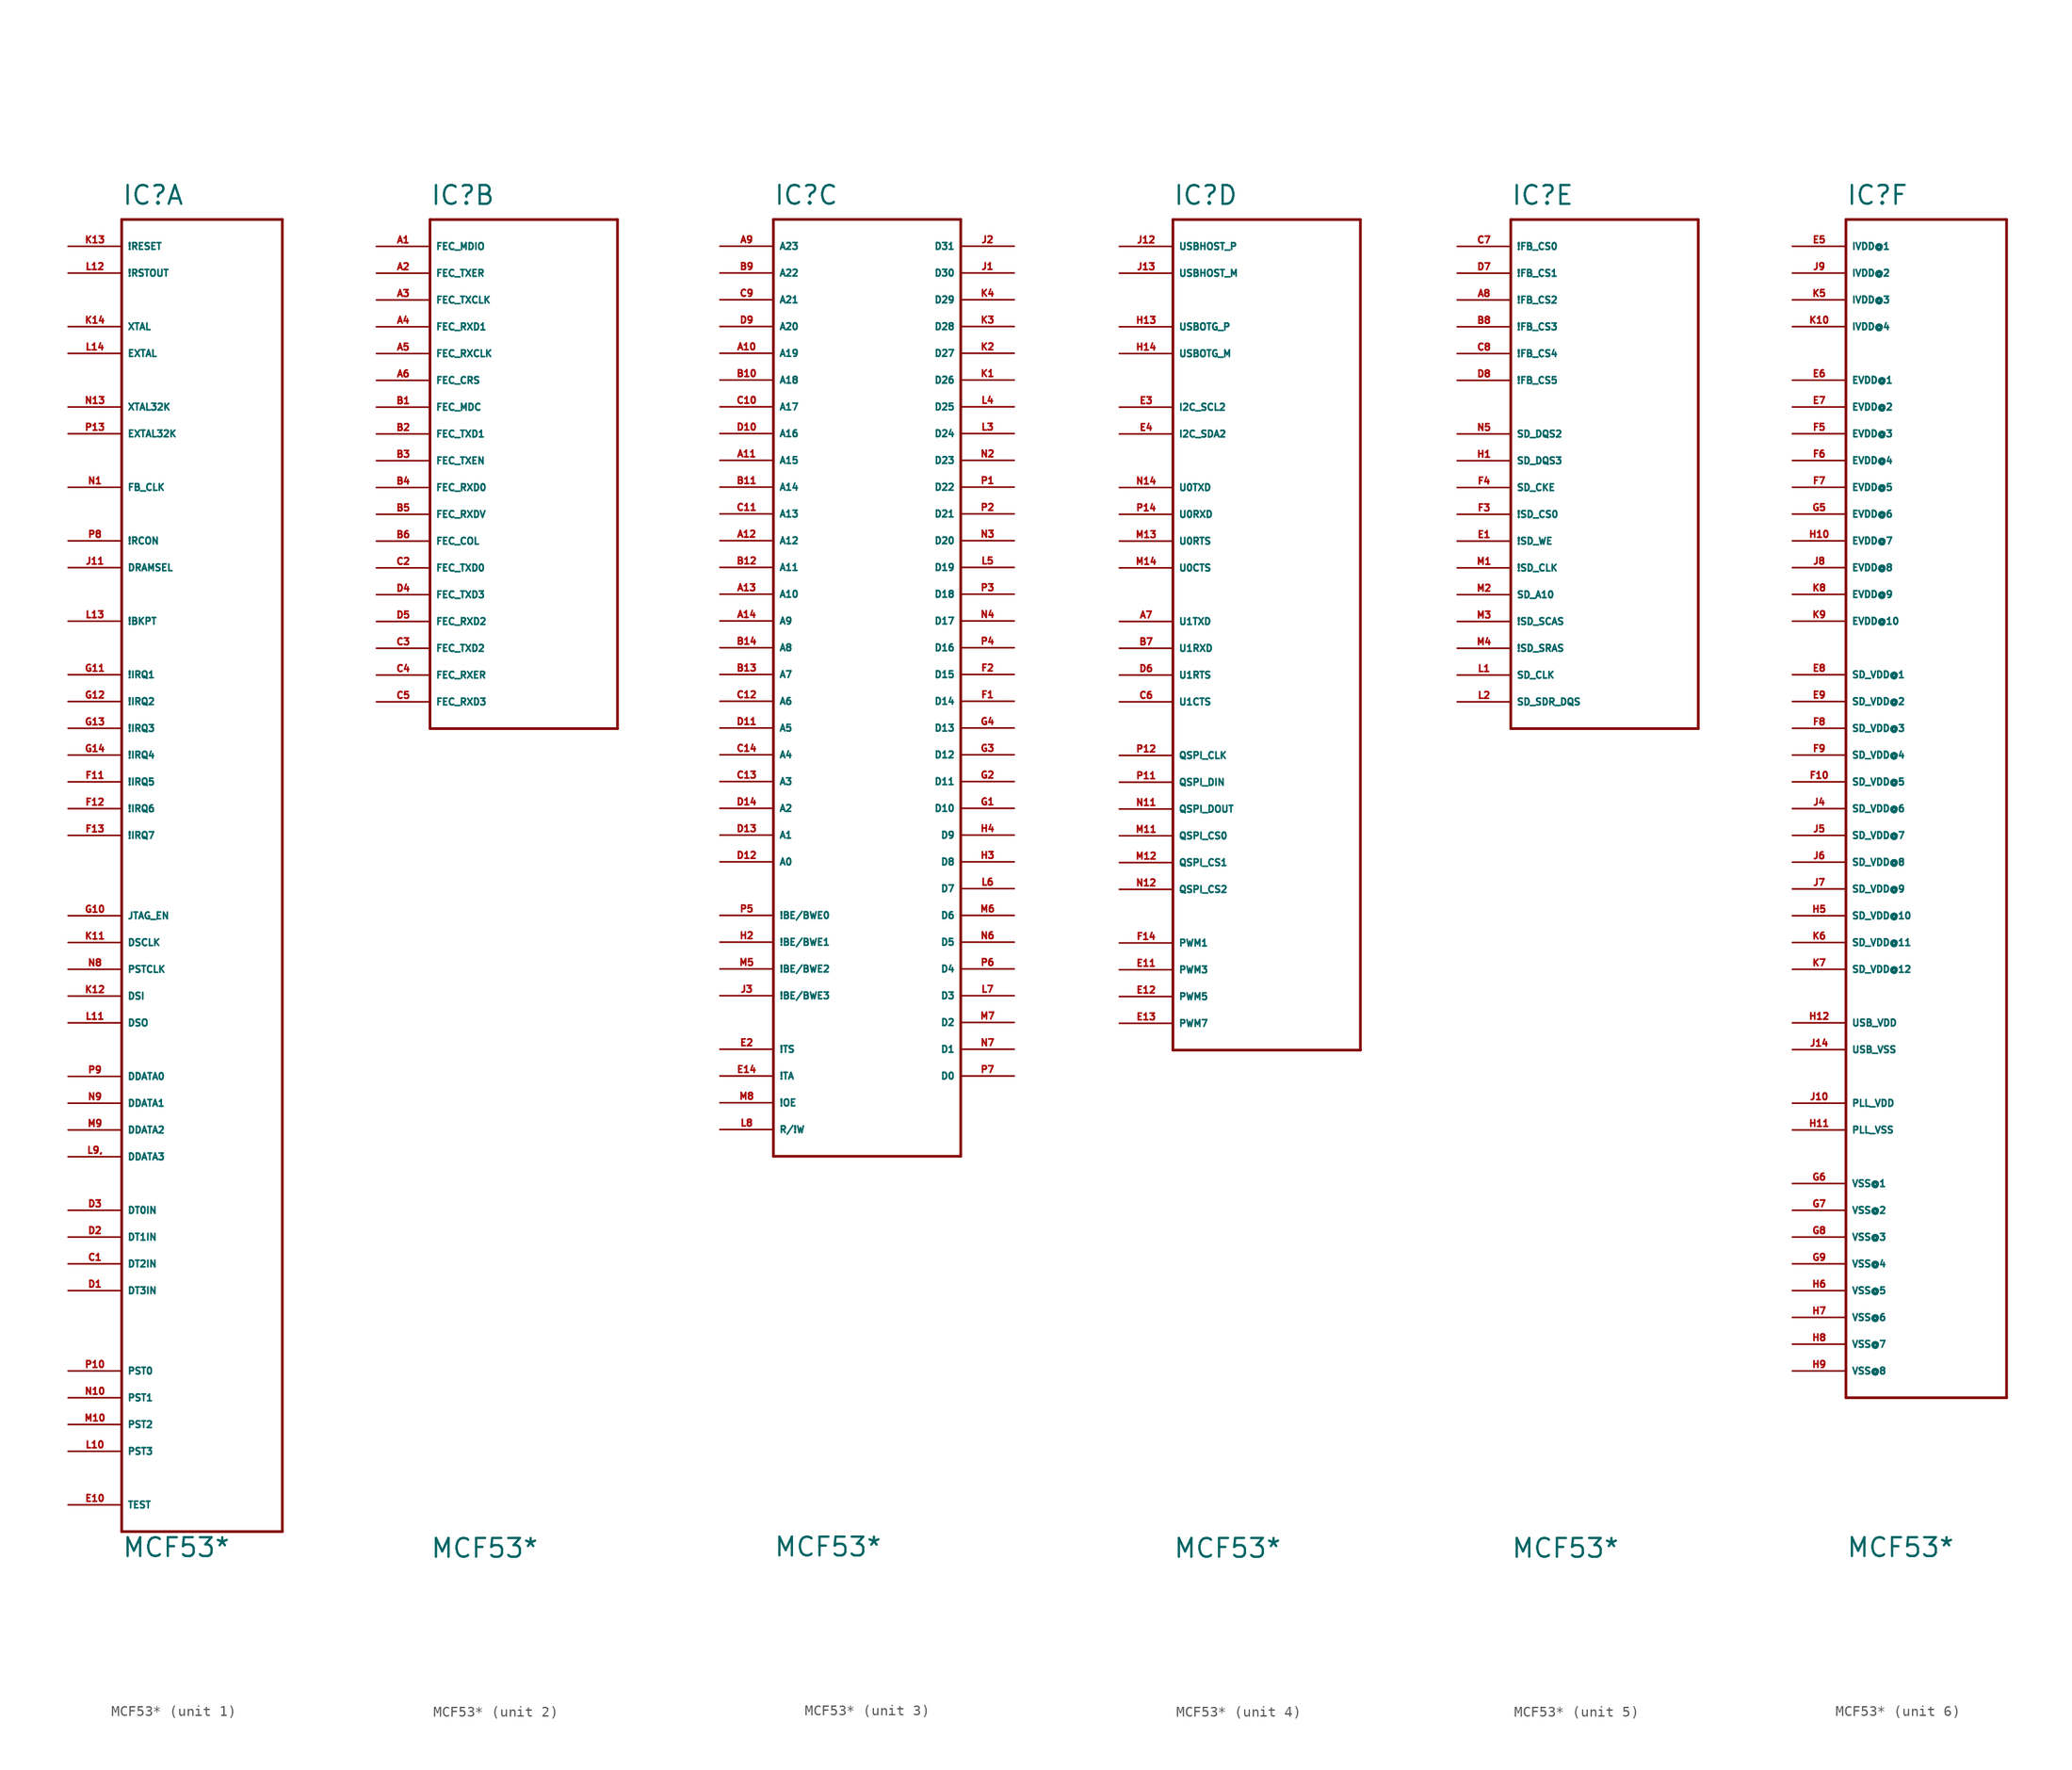
<source format=kicad_sym>
(kicad_symbol_lib
  (version 20220914)
  (generator Eagle2Kicad)
  (symbol "MCF53*"
    (property "Reference" "IC"
      (at 0 3.81 0)
      (effects (font (size 1.778 1.778) (thickness 0.22)) (justify left bottom)))
    (property "Value" "MCF53*"
      (at 0 -124.46 0)
      (effects (font (size 1.778 1.778) (thickness 0.22)) (justify left bottom)))
    (symbol "MCF53*_1_0"
      (polyline (pts (xy 0 2.54) (xy 15.24 2.54)) (stroke (width 0.254) (type default)) (fill (type none)))
      (polyline (pts (xy 15.24 2.54) (xy 15.24 -121.92)) (stroke (width 0.254) (type default)) (fill (type none)))
      (polyline (pts (xy 15.24 -121.92) (xy 0 -121.92)) (stroke (width 0.254) (type default)) (fill (type none)))
      (polyline (pts (xy 0 -121.92) (xy 0 2.54)) (stroke (width 0.254) (type default)) (fill (type none)))
      (pin input line (at -5.08 -96.52 0) (length 5.08) (name "DT2IN" (effects (font (size 0.635 0.635) (thickness 0.08)) (justify left bottom))) (number "C1" (effects (font (size 0.635 0.635) (thickness 0.08)) (justify left bottom))))
      (pin input line (at -5.08 -99.06 0) (length 5.08) (name "DT3IN" (effects (font (size 0.635 0.635) (thickness 0.08)) (justify left bottom))) (number "D1" (effects (font (size 0.635 0.635) (thickness 0.08)) (justify left bottom))))
      (pin input line (at -5.08 -93.98 0) (length 5.08) (name "DT1IN" (effects (font (size 0.635 0.635) (thickness 0.08)) (justify left bottom))) (number "D2" (effects (font (size 0.635 0.635) (thickness 0.08)) (justify left bottom))))
      (pin input line (at -5.08 -91.44 0) (length 5.08) (name "DT0IN" (effects (font (size 0.635 0.635) (thickness 0.08)) (justify left bottom))) (number "D3" (effects (font (size 0.635 0.635) (thickness 0.08)) (justify left bottom))))
      (pin input line (at -5.08 -119.38 0) (length 5.08) (name "TEST" (effects (font (size 0.635 0.635) (thickness 0.08)) (justify left bottom))) (number "E10" (effects (font (size 0.635 0.635) (thickness 0.08)) (justify left bottom))))
      (pin input line (at -5.08 -50.8 0) (length 5.08) (name "!IRQ5" (effects (font (size 0.635 0.635) (thickness 0.08)) (justify left bottom))) (number "F11" (effects (font (size 0.635 0.635) (thickness 0.08)) (justify left bottom))))
      (pin input line (at -5.08 -53.34 0) (length 5.08) (name "!IRQ6" (effects (font (size 0.635 0.635) (thickness 0.08)) (justify left bottom))) (number "F12" (effects (font (size 0.635 0.635) (thickness 0.08)) (justify left bottom))))
      (pin input line (at -5.08 -55.88 0) (length 5.08) (name "!IRQ7" (effects (font (size 0.635 0.635) (thickness 0.08)) (justify left bottom))) (number "F13" (effects (font (size 0.635 0.635) (thickness 0.08)) (justify left bottom))))
      (pin input line (at -5.08 -63.5 0) (length 5.08) (name "JTAG_EN" (effects (font (size 0.635 0.635) (thickness 0.08)) (justify left bottom))) (number "G10" (effects (font (size 0.635 0.635) (thickness 0.08)) (justify left bottom))))
      (pin input line (at -5.08 -40.64 0) (length 5.08) (name "!IRQ1" (effects (font (size 0.635 0.635) (thickness 0.08)) (justify left bottom))) (number "G11" (effects (font (size 0.635 0.635) (thickness 0.08)) (justify left bottom))))
      (pin input line (at -5.08 -43.18 0) (length 5.08) (name "!IRQ2" (effects (font (size 0.635 0.635) (thickness 0.08)) (justify left bottom))) (number "G12" (effects (font (size 0.635 0.635) (thickness 0.08)) (justify left bottom))))
      (pin input line (at -5.08 -45.72 0) (length 5.08) (name "!IRQ3" (effects (font (size 0.635 0.635) (thickness 0.08)) (justify left bottom))) (number "G13" (effects (font (size 0.635 0.635) (thickness 0.08)) (justify left bottom))))
      (pin input line (at -5.08 -48.26 0) (length 5.08) (name "!IRQ4" (effects (font (size 0.635 0.635) (thickness 0.08)) (justify left bottom))) (number "G14" (effects (font (size 0.635 0.635) (thickness 0.08)) (justify left bottom))))
      (pin input line (at -5.08 -30.48 0) (length 5.08) (name "DRAMSEL" (effects (font (size 0.635 0.635) (thickness 0.08)) (justify left bottom))) (number "J11" (effects (font (size 0.635 0.635) (thickness 0.08)) (justify left bottom))))
      (pin input line (at -5.08 -66.04 0) (length 5.08) (name "DSCLK" (effects (font (size 0.635 0.635) (thickness 0.08)) (justify left bottom))) (number "K11" (effects (font (size 0.635 0.635) (thickness 0.08)) (justify left bottom))))
      (pin input line (at -5.08 -71.12 0) (length 5.08) (name "DSI" (effects (font (size 0.635 0.635) (thickness 0.08)) (justify left bottom))) (number "K12" (effects (font (size 0.635 0.635) (thickness 0.08)) (justify left bottom))))
      (pin input line (at -5.08 0 0) (length 5.08) (name "!RESET" (effects (font (size 0.635 0.635) (thickness 0.08)) (justify left bottom))) (number "K13" (effects (font (size 0.635 0.635) (thickness 0.08)) (justify left bottom))))
      (pin output line (at -5.08 -7.62 0) (length 5.08) (name "XTAL" (effects (font (size 0.635 0.635) (thickness 0.08)) (justify left bottom))) (number "K14" (effects (font (size 0.635 0.635) (thickness 0.08)) (justify left bottom))))
      (pin output line (at -5.08 -86.36 0) (length 5.08) (name "DDATA3" (effects (font (size 0.635 0.635) (thickness 0.08)) (justify left bottom))) (number "L9," (effects (font (size 0.635 0.635) (thickness 0.08)) (justify left bottom))))
      (pin output line (at -5.08 -114.3 0) (length 5.08) (name "PST3" (effects (font (size 0.635 0.635) (thickness 0.08)) (justify left bottom))) (number "L10" (effects (font (size 0.635 0.635) (thickness 0.08)) (justify left bottom))))
      (pin output line (at -5.08 -73.66 0) (length 5.08) (name "DSO" (effects (font (size 0.635 0.635) (thickness 0.08)) (justify left bottom))) (number "L11" (effects (font (size 0.635 0.635) (thickness 0.08)) (justify left bottom))))
      (pin output line (at -5.08 -2.54 0) (length 5.08) (name "!RSTOUT" (effects (font (size 0.635 0.635) (thickness 0.08)) (justify left bottom))) (number "L12" (effects (font (size 0.635 0.635) (thickness 0.08)) (justify left bottom))))
      (pin input line (at -5.08 -35.56 0) (length 5.08) (name "!BKPT" (effects (font (size 0.635 0.635) (thickness 0.08)) (justify left bottom))) (number "L13" (effects (font (size 0.635 0.635) (thickness 0.08)) (justify left bottom))))
      (pin input line (at -5.08 -10.16 0) (length 5.08) (name "EXTAL" (effects (font (size 0.635 0.635) (thickness 0.08)) (justify left bottom))) (number "L14" (effects (font (size 0.635 0.635) (thickness 0.08)) (justify left bottom))))
      (pin output line (at -5.08 -83.82 0) (length 5.08) (name "DDATA2" (effects (font (size 0.635 0.635) (thickness 0.08)) (justify left bottom))) (number "M9" (effects (font (size 0.635 0.635) (thickness 0.08)) (justify left bottom))))
      (pin output line (at -5.08 -111.76 0) (length 5.08) (name "PST2" (effects (font (size 0.635 0.635) (thickness 0.08)) (justify left bottom))) (number "M10" (effects (font (size 0.635 0.635) (thickness 0.08)) (justify left bottom))))
      (pin output line (at -5.08 -22.86 0) (length 5.08) (name "FB_CLK" (effects (font (size 0.635 0.635) (thickness 0.08)) (justify left bottom))) (number "N1" (effects (font (size 0.635 0.635) (thickness 0.08)) (justify left bottom))))
      (pin output line (at -5.08 -68.58 0) (length 5.08) (name "PSTCLK" (effects (font (size 0.635 0.635) (thickness 0.08)) (justify left bottom))) (number "N8" (effects (font (size 0.635 0.635) (thickness 0.08)) (justify left bottom))))
      (pin output line (at -5.08 -81.28 0) (length 5.08) (name "DDATA1" (effects (font (size 0.635 0.635) (thickness 0.08)) (justify left bottom))) (number "N9" (effects (font (size 0.635 0.635) (thickness 0.08)) (justify left bottom))))
      (pin output line (at -5.08 -109.22 0) (length 5.08) (name "PST1" (effects (font (size 0.635 0.635) (thickness 0.08)) (justify left bottom))) (number "N10" (effects (font (size 0.635 0.635) (thickness 0.08)) (justify left bottom))))
      (pin output line (at -5.08 -15.24 0) (length 5.08) (name "XTAL32K" (effects (font (size 0.635 0.635) (thickness 0.08)) (justify left bottom))) (number "N13" (effects (font (size 0.635 0.635) (thickness 0.08)) (justify left bottom))))
      (pin input line (at -5.08 -27.94 0) (length 5.08) (name "!RCON" (effects (font (size 0.635 0.635) (thickness 0.08)) (justify left bottom))) (number "P8" (effects (font (size 0.635 0.635) (thickness 0.08)) (justify left bottom))))
      (pin output line (at -5.08 -78.74 0) (length 5.08) (name "DDATA0" (effects (font (size 0.635 0.635) (thickness 0.08)) (justify left bottom))) (number "P9" (effects (font (size 0.635 0.635) (thickness 0.08)) (justify left bottom))))
      (pin output line (at -5.08 -106.68 0) (length 5.08) (name "PST0" (effects (font (size 0.635 0.635) (thickness 0.08)) (justify left bottom))) (number "P10" (effects (font (size 0.635 0.635) (thickness 0.08)) (justify left bottom))))
      (pin input line (at -5.08 -17.78 0) (length 5.08) (name "EXTAL32K" (effects (font (size 0.635 0.635) (thickness 0.08)) (justify left bottom))) (number "P13" (effects (font (size 0.635 0.635) (thickness 0.08)) (justify left bottom)))))
    (symbol "MCF53*_2_0"
      (polyline (pts (xy 0 2.54) (xy 17.78 2.54)) (stroke (width 0.254) (type default)) (fill (type none)))
      (polyline (pts (xy 17.78 2.54) (xy 17.78 -45.72)) (stroke (width 0.254) (type default)) (fill (type none)))
      (polyline (pts (xy 17.78 -45.72) (xy 0 -45.72)) (stroke (width 0.254) (type default)) (fill (type none)))
      (polyline (pts (xy 0 -45.72) (xy 0 2.54)) (stroke (width 0.254) (type default)) (fill (type none)))
      (pin bidirectional line (at -5.08 0 0) (length 5.08) (name "FEC_MDIO" (effects (font (size 0.635 0.635) (thickness 0.08)) (justify left bottom))) (number "A1" (effects (font (size 0.635 0.635) (thickness 0.08)) (justify left bottom))))
      (pin output line (at -5.08 -2.54 0) (length 5.08) (name "FEC_TXER" (effects (font (size 0.635 0.635) (thickness 0.08)) (justify left bottom))) (number "A2" (effects (font (size 0.635 0.635) (thickness 0.08)) (justify left bottom))))
      (pin input line (at -5.08 -5.08 0) (length 5.08) (name "FEC_TXCLK" (effects (font (size 0.635 0.635) (thickness 0.08)) (justify left bottom))) (number "A3" (effects (font (size 0.635 0.635) (thickness 0.08)) (justify left bottom))))
      (pin input line (at -5.08 -7.62 0) (length 5.08) (name "FEC_RXD1" (effects (font (size 0.635 0.635) (thickness 0.08)) (justify left bottom))) (number "A4" (effects (font (size 0.635 0.635) (thickness 0.08)) (justify left bottom))))
      (pin input line (at -5.08 -10.16 0) (length 5.08) (name "FEC_RXCLK" (effects (font (size 0.635 0.635) (thickness 0.08)) (justify left bottom))) (number "A5" (effects (font (size 0.635 0.635) (thickness 0.08)) (justify left bottom))))
      (pin input line (at -5.08 -12.7 0) (length 5.08) (name "FEC_CRS" (effects (font (size 0.635 0.635) (thickness 0.08)) (justify left bottom))) (number "A6" (effects (font (size 0.635 0.635) (thickness 0.08)) (justify left bottom))))
      (pin output line (at -5.08 -15.24 0) (length 5.08) (name "FEC_MDC" (effects (font (size 0.635 0.635) (thickness 0.08)) (justify left bottom))) (number "B1" (effects (font (size 0.635 0.635) (thickness 0.08)) (justify left bottom))))
      (pin output line (at -5.08 -17.78 0) (length 5.08) (name "FEC_TXD1" (effects (font (size 0.635 0.635) (thickness 0.08)) (justify left bottom))) (number "B2" (effects (font (size 0.635 0.635) (thickness 0.08)) (justify left bottom))))
      (pin output line (at -5.08 -20.32 0) (length 5.08) (name "FEC_TXEN" (effects (font (size 0.635 0.635) (thickness 0.08)) (justify left bottom))) (number "B3" (effects (font (size 0.635 0.635) (thickness 0.08)) (justify left bottom))))
      (pin input line (at -5.08 -22.86 0) (length 5.08) (name "FEC_RXD0" (effects (font (size 0.635 0.635) (thickness 0.08)) (justify left bottom))) (number "B4" (effects (font (size 0.635 0.635) (thickness 0.08)) (justify left bottom))))
      (pin input line (at -5.08 -25.4 0) (length 5.08) (name "FEC_RXDV" (effects (font (size 0.635 0.635) (thickness 0.08)) (justify left bottom))) (number "B5" (effects (font (size 0.635 0.635) (thickness 0.08)) (justify left bottom))))
      (pin input line (at -5.08 -27.94 0) (length 5.08) (name "FEC_COL" (effects (font (size 0.635 0.635) (thickness 0.08)) (justify left bottom))) (number "B6" (effects (font (size 0.635 0.635) (thickness 0.08)) (justify left bottom))))
      (pin output line (at -5.08 -30.48 0) (length 5.08) (name "FEC_TXD0" (effects (font (size 0.635 0.635) (thickness 0.08)) (justify left bottom))) (number "C2" (effects (font (size 0.635 0.635) (thickness 0.08)) (justify left bottom))))
      (pin output line (at -5.08 -38.1 0) (length 5.08) (name "FEC_TXD2" (effects (font (size 0.635 0.635) (thickness 0.08)) (justify left bottom))) (number "C3" (effects (font (size 0.635 0.635) (thickness 0.08)) (justify left bottom))))
      (pin input line (at -5.08 -40.64 0) (length 5.08) (name "FEC_RXER" (effects (font (size 0.635 0.635) (thickness 0.08)) (justify left bottom))) (number "C4" (effects (font (size 0.635 0.635) (thickness 0.08)) (justify left bottom))))
      (pin input line (at -5.08 -43.18 0) (length 5.08) (name "FEC_RXD3" (effects (font (size 0.635 0.635) (thickness 0.08)) (justify left bottom))) (number "C5" (effects (font (size 0.635 0.635) (thickness 0.08)) (justify left bottom))))
      (pin output line (at -5.08 -33.02 0) (length 5.08) (name "FEC_TXD3" (effects (font (size 0.635 0.635) (thickness 0.08)) (justify left bottom))) (number "D4" (effects (font (size 0.635 0.635) (thickness 0.08)) (justify left bottom))))
      (pin input line (at -5.08 -35.56 0) (length 5.08) (name "FEC_RXD2" (effects (font (size 0.635 0.635) (thickness 0.08)) (justify left bottom))) (number "D5" (effects (font (size 0.635 0.635) (thickness 0.08)) (justify left bottom)))))
    (symbol "MCF53*_3_0"
      (polyline (pts (xy 0 2.54) (xy 17.78 2.54)) (stroke (width 0.254) (type default)) (fill (type none)))
      (polyline (pts (xy 17.78 2.54) (xy 17.78 -86.36)) (stroke (width 0.254) (type default)) (fill (type none)))
      (polyline (pts (xy 17.78 -86.36) (xy 0 -86.36)) (stroke (width 0.254) (type default)) (fill (type none)))
      (polyline (pts (xy 0 -86.36) (xy 0 2.54)) (stroke (width 0.254) (type default)) (fill (type none)))
      (pin output line (at -5.08 0 0) (length 5.08) (name "A23" (effects (font (size 0.635 0.635) (thickness 0.08)) (justify left bottom))) (number "A9" (effects (font (size 0.635 0.635) (thickness 0.08)) (justify left bottom))))
      (pin output line (at -5.08 -10.16 0) (length 5.08) (name "A19" (effects (font (size 0.635 0.635) (thickness 0.08)) (justify left bottom))) (number "A10" (effects (font (size 0.635 0.635) (thickness 0.08)) (justify left bottom))))
      (pin output line (at -5.08 -20.32 0) (length 5.08) (name "A15" (effects (font (size 0.635 0.635) (thickness 0.08)) (justify left bottom))) (number "A11" (effects (font (size 0.635 0.635) (thickness 0.08)) (justify left bottom))))
      (pin output line (at -5.08 -27.94 0) (length 5.08) (name "A12" (effects (font (size 0.635 0.635) (thickness 0.08)) (justify left bottom))) (number "A12" (effects (font (size 0.635 0.635) (thickness 0.08)) (justify left bottom))))
      (pin output line (at -5.08 -33.02 0) (length 5.08) (name "A10" (effects (font (size 0.635 0.635) (thickness 0.08)) (justify left bottom))) (number "A13" (effects (font (size 0.635 0.635) (thickness 0.08)) (justify left bottom))))
      (pin output line (at -5.08 -35.56 0) (length 5.08) (name "A9" (effects (font (size 0.635 0.635) (thickness 0.08)) (justify left bottom))) (number "A14" (effects (font (size 0.635 0.635) (thickness 0.08)) (justify left bottom))))
      (pin output line (at -5.08 -2.54 0) (length 5.08) (name "A22" (effects (font (size 0.635 0.635) (thickness 0.08)) (justify left bottom))) (number "B9" (effects (font (size 0.635 0.635) (thickness 0.08)) (justify left bottom))))
      (pin output line (at -5.08 -12.7 0) (length 5.08) (name "A18" (effects (font (size 0.635 0.635) (thickness 0.08)) (justify left bottom))) (number "B10" (effects (font (size 0.635 0.635) (thickness 0.08)) (justify left bottom))))
      (pin output line (at -5.08 -22.86 0) (length 5.08) (name "A14" (effects (font (size 0.635 0.635) (thickness 0.08)) (justify left bottom))) (number "B11" (effects (font (size 0.635 0.635) (thickness 0.08)) (justify left bottom))))
      (pin output line (at -5.08 -30.48 0) (length 5.08) (name "A11" (effects (font (size 0.635 0.635) (thickness 0.08)) (justify left bottom))) (number "B12" (effects (font (size 0.635 0.635) (thickness 0.08)) (justify left bottom))))
      (pin output line (at -5.08 -40.64 0) (length 5.08) (name "A7" (effects (font (size 0.635 0.635) (thickness 0.08)) (justify left bottom))) (number "B13" (effects (font (size 0.635 0.635) (thickness 0.08)) (justify left bottom))))
      (pin output line (at -5.08 -38.1 0) (length 5.08) (name "A8" (effects (font (size 0.635 0.635) (thickness 0.08)) (justify left bottom))) (number "B14" (effects (font (size 0.635 0.635) (thickness 0.08)) (justify left bottom))))
      (pin output line (at -5.08 -5.08 0) (length 5.08) (name "A21" (effects (font (size 0.635 0.635) (thickness 0.08)) (justify left bottom))) (number "C9" (effects (font (size 0.635 0.635) (thickness 0.08)) (justify left bottom))))
      (pin output line (at -5.08 -15.24 0) (length 5.08) (name "A17" (effects (font (size 0.635 0.635) (thickness 0.08)) (justify left bottom))) (number "C10" (effects (font (size 0.635 0.635) (thickness 0.08)) (justify left bottom))))
      (pin output line (at -5.08 -25.4 0) (length 5.08) (name "A13" (effects (font (size 0.635 0.635) (thickness 0.08)) (justify left bottom))) (number "C11" (effects (font (size 0.635 0.635) (thickness 0.08)) (justify left bottom))))
      (pin output line (at -5.08 -43.18 0) (length 5.08) (name "A6" (effects (font (size 0.635 0.635) (thickness 0.08)) (justify left bottom))) (number "C12" (effects (font (size 0.635 0.635) (thickness 0.08)) (justify left bottom))))
      (pin output line (at -5.08 -50.8 0) (length 5.08) (name "A3" (effects (font (size 0.635 0.635) (thickness 0.08)) (justify left bottom))) (number "C13" (effects (font (size 0.635 0.635) (thickness 0.08)) (justify left bottom))))
      (pin output line (at -5.08 -48.26 0) (length 5.08) (name "A4" (effects (font (size 0.635 0.635) (thickness 0.08)) (justify left bottom))) (number "C14" (effects (font (size 0.635 0.635) (thickness 0.08)) (justify left bottom))))
      (pin output line (at -5.08 -7.62 0) (length 5.08) (name "A20" (effects (font (size 0.635 0.635) (thickness 0.08)) (justify left bottom))) (number "D9" (effects (font (size 0.635 0.635) (thickness 0.08)) (justify left bottom))))
      (pin output line (at -5.08 -17.78 0) (length 5.08) (name "A16" (effects (font (size 0.635 0.635) (thickness 0.08)) (justify left bottom))) (number "D10" (effects (font (size 0.635 0.635) (thickness 0.08)) (justify left bottom))))
      (pin output line (at -5.08 -45.72 0) (length 5.08) (name "A5" (effects (font (size 0.635 0.635) (thickness 0.08)) (justify left bottom))) (number "D11" (effects (font (size 0.635 0.635) (thickness 0.08)) (justify left bottom))))
      (pin output line (at -5.08 -58.42 0) (length 5.08) (name "A0" (effects (font (size 0.635 0.635) (thickness 0.08)) (justify left bottom))) (number "D12" (effects (font (size 0.635 0.635) (thickness 0.08)) (justify left bottom))))
      (pin output line (at -5.08 -55.88 0) (length 5.08) (name "A1" (effects (font (size 0.635 0.635) (thickness 0.08)) (justify left bottom))) (number "D13" (effects (font (size 0.635 0.635) (thickness 0.08)) (justify left bottom))))
      (pin output line (at -5.08 -53.34 0) (length 5.08) (name "A2" (effects (font (size 0.635 0.635) (thickness 0.08)) (justify left bottom))) (number "D14" (effects (font (size 0.635 0.635) (thickness 0.08)) (justify left bottom))))
      (pin bidirectional line (at 22.86 -43.18 180) (length 5.08) (name "D14" (effects (font (size 0.635 0.635) (thickness 0.08)) (justify left bottom))) (number "F1" (effects (font (size 0.635 0.635) (thickness 0.08)) (justify left bottom))))
      (pin bidirectional line (at 22.86 -40.64 180) (length 5.08) (name "D15" (effects (font (size 0.635 0.635) (thickness 0.08)) (justify left bottom))) (number "F2" (effects (font (size 0.635 0.635) (thickness 0.08)) (justify left bottom))))
      (pin bidirectional line (at 22.86 -53.34 180) (length 5.08) (name "D10" (effects (font (size 0.635 0.635) (thickness 0.08)) (justify left bottom))) (number "G1" (effects (font (size 0.635 0.635) (thickness 0.08)) (justify left bottom))))
      (pin bidirectional line (at 22.86 -50.8 180) (length 5.08) (name "D11" (effects (font (size 0.635 0.635) (thickness 0.08)) (justify left bottom))) (number "G2" (effects (font (size 0.635 0.635) (thickness 0.08)) (justify left bottom))))
      (pin bidirectional line (at 22.86 -48.26 180) (length 5.08) (name "D12" (effects (font (size 0.635 0.635) (thickness 0.08)) (justify left bottom))) (number "G3" (effects (font (size 0.635 0.635) (thickness 0.08)) (justify left bottom))))
      (pin bidirectional line (at 22.86 -45.72 180) (length 5.08) (name "D13" (effects (font (size 0.635 0.635) (thickness 0.08)) (justify left bottom))) (number "G4" (effects (font (size 0.635 0.635) (thickness 0.08)) (justify left bottom))))
      (pin bidirectional line (at 22.86 -58.42 180) (length 5.08) (name "D8" (effects (font (size 0.635 0.635) (thickness 0.08)) (justify left bottom))) (number "H3" (effects (font (size 0.635 0.635) (thickness 0.08)) (justify left bottom))))
      (pin bidirectional line (at 22.86 -55.88 180) (length 5.08) (name "D9" (effects (font (size 0.635 0.635) (thickness 0.08)) (justify left bottom))) (number "H4" (effects (font (size 0.635 0.635) (thickness 0.08)) (justify left bottom))))
      (pin bidirectional line (at 22.86 -2.54 180) (length 5.08) (name "D30" (effects (font (size 0.635 0.635) (thickness 0.08)) (justify left bottom))) (number "J1" (effects (font (size 0.635 0.635) (thickness 0.08)) (justify left bottom))))
      (pin bidirectional line (at 22.86 0 180) (length 5.08) (name "D31" (effects (font (size 0.635 0.635) (thickness 0.08)) (justify left bottom))) (number "J2" (effects (font (size 0.635 0.635) (thickness 0.08)) (justify left bottom))))
      (pin bidirectional line (at 22.86 -12.7 180) (length 5.08) (name "D26" (effects (font (size 0.635 0.635) (thickness 0.08)) (justify left bottom))) (number "K1" (effects (font (size 0.635 0.635) (thickness 0.08)) (justify left bottom))))
      (pin bidirectional line (at 22.86 -10.16 180) (length 5.08) (name "D27" (effects (font (size 0.635 0.635) (thickness 0.08)) (justify left bottom))) (number "K2" (effects (font (size 0.635 0.635) (thickness 0.08)) (justify left bottom))))
      (pin bidirectional line (at 22.86 -7.62 180) (length 5.08) (name "D28" (effects (font (size 0.635 0.635) (thickness 0.08)) (justify left bottom))) (number "K3" (effects (font (size 0.635 0.635) (thickness 0.08)) (justify left bottom))))
      (pin bidirectional line (at 22.86 -5.08 180) (length 5.08) (name "D29" (effects (font (size 0.635 0.635) (thickness 0.08)) (justify left bottom))) (number "K4" (effects (font (size 0.635 0.635) (thickness 0.08)) (justify left bottom))))
      (pin bidirectional line (at 22.86 -17.78 180) (length 5.08) (name "D24" (effects (font (size 0.635 0.635) (thickness 0.08)) (justify left bottom))) (number "L3" (effects (font (size 0.635 0.635) (thickness 0.08)) (justify left bottom))))
      (pin bidirectional line (at 22.86 -15.24 180) (length 5.08) (name "D25" (effects (font (size 0.635 0.635) (thickness 0.08)) (justify left bottom))) (number "L4" (effects (font (size 0.635 0.635) (thickness 0.08)) (justify left bottom))))
      (pin bidirectional line (at 22.86 -30.48 180) (length 5.08) (name "D19" (effects (font (size 0.635 0.635) (thickness 0.08)) (justify left bottom))) (number "L5" (effects (font (size 0.635 0.635) (thickness 0.08)) (justify left bottom))))
      (pin bidirectional line (at 22.86 -60.96 180) (length 5.08) (name "D7" (effects (font (size 0.635 0.635) (thickness 0.08)) (justify left bottom))) (number "L6" (effects (font (size 0.635 0.635) (thickness 0.08)) (justify left bottom))))
      (pin bidirectional line (at 22.86 -71.12 180) (length 5.08) (name "D3" (effects (font (size 0.635 0.635) (thickness 0.08)) (justify left bottom))) (number "L7" (effects (font (size 0.635 0.635) (thickness 0.08)) (justify left bottom))))
      (pin bidirectional line (at 22.86 -63.5 180) (length 5.08) (name "D6" (effects (font (size 0.635 0.635) (thickness 0.08)) (justify left bottom))) (number "M6" (effects (font (size 0.635 0.635) (thickness 0.08)) (justify left bottom))))
      (pin bidirectional line (at 22.86 -73.66 180) (length 5.08) (name "D2" (effects (font (size 0.635 0.635) (thickness 0.08)) (justify left bottom))) (number "M7" (effects (font (size 0.635 0.635) (thickness 0.08)) (justify left bottom))))
      (pin bidirectional line (at 22.86 -20.32 180) (length 5.08) (name "D23" (effects (font (size 0.635 0.635) (thickness 0.08)) (justify left bottom))) (number "N2" (effects (font (size 0.635 0.635) (thickness 0.08)) (justify left bottom))))
      (pin bidirectional line (at 22.86 -27.94 180) (length 5.08) (name "D20" (effects (font (size 0.635 0.635) (thickness 0.08)) (justify left bottom))) (number "N3" (effects (font (size 0.635 0.635) (thickness 0.08)) (justify left bottom))))
      (pin bidirectional line (at 22.86 -35.56 180) (length 5.08) (name "D17" (effects (font (size 0.635 0.635) (thickness 0.08)) (justify left bottom))) (number "N4" (effects (font (size 0.635 0.635) (thickness 0.08)) (justify left bottom))))
      (pin bidirectional line (at 22.86 -66.04 180) (length 5.08) (name "D5" (effects (font (size 0.635 0.635) (thickness 0.08)) (justify left bottom))) (number "N6" (effects (font (size 0.635 0.635) (thickness 0.08)) (justify left bottom))))
      (pin bidirectional line (at 22.86 -76.2 180) (length 5.08) (name "D1" (effects (font (size 0.635 0.635) (thickness 0.08)) (justify left bottom))) (number "N7" (effects (font (size 0.635 0.635) (thickness 0.08)) (justify left bottom))))
      (pin bidirectional line (at 22.86 -22.86 180) (length 5.08) (name "D22" (effects (font (size 0.635 0.635) (thickness 0.08)) (justify left bottom))) (number "P1" (effects (font (size 0.635 0.635) (thickness 0.08)) (justify left bottom))))
      (pin bidirectional line (at 22.86 -25.4 180) (length 5.08) (name "D21" (effects (font (size 0.635 0.635) (thickness 0.08)) (justify left bottom))) (number "P2" (effects (font (size 0.635 0.635) (thickness 0.08)) (justify left bottom))))
      (pin bidirectional line (at 22.86 -33.02 180) (length 5.08) (name "D18" (effects (font (size 0.635 0.635) (thickness 0.08)) (justify left bottom))) (number "P3" (effects (font (size 0.635 0.635) (thickness 0.08)) (justify left bottom))))
      (pin bidirectional line (at 22.86 -38.1 180) (length 5.08) (name "D16" (effects (font (size 0.635 0.635) (thickness 0.08)) (justify left bottom))) (number "P4" (effects (font (size 0.635 0.635) (thickness 0.08)) (justify left bottom))))
      (pin bidirectional line (at 22.86 -68.58 180) (length 5.08) (name "D4" (effects (font (size 0.635 0.635) (thickness 0.08)) (justify left bottom))) (number "P6" (effects (font (size 0.635 0.635) (thickness 0.08)) (justify left bottom))))
      (pin bidirectional line (at 22.86 -78.74 180) (length 5.08) (name "D0" (effects (font (size 0.635 0.635) (thickness 0.08)) (justify left bottom))) (number "P7" (effects (font (size 0.635 0.635) (thickness 0.08)) (justify left bottom))))
      (pin input line (at -5.08 -78.74 0) (length 5.08) (name "!TA" (effects (font (size 0.635 0.635) (thickness 0.08)) (justify left bottom))) (number "E14" (effects (font (size 0.635 0.635) (thickness 0.08)) (justify left bottom))))
      (pin output line (at -5.08 -66.04 0) (length 5.08) (name "!BE/BWE1" (effects (font (size 0.635 0.635) (thickness 0.08)) (justify left bottom))) (number "H2" (effects (font (size 0.635 0.635) (thickness 0.08)) (justify left bottom))))
      (pin output line (at -5.08 -71.12 0) (length 5.08) (name "!BE/BWE3" (effects (font (size 0.635 0.635) (thickness 0.08)) (justify left bottom))) (number "J3" (effects (font (size 0.635 0.635) (thickness 0.08)) (justify left bottom))))
      (pin output line (at -5.08 -83.82 0) (length 5.08) (name "R/!W" (effects (font (size 0.635 0.635) (thickness 0.08)) (justify left bottom))) (number "L8" (effects (font (size 0.635 0.635) (thickness 0.08)) (justify left bottom))))
      (pin output line (at -5.08 -68.58 0) (length 5.08) (name "!BE/BWE2" (effects (font (size 0.635 0.635) (thickness 0.08)) (justify left bottom))) (number "M5" (effects (font (size 0.635 0.635) (thickness 0.08)) (justify left bottom))))
      (pin output line (at -5.08 -81.28 0) (length 5.08) (name "!OE" (effects (font (size 0.635 0.635) (thickness 0.08)) (justify left bottom))) (number "M8" (effects (font (size 0.635 0.635) (thickness 0.08)) (justify left bottom))))
      (pin output line (at -5.08 -63.5 0) (length 5.08) (name "!BE/BWE0" (effects (font (size 0.635 0.635) (thickness 0.08)) (justify left bottom))) (number "P5" (effects (font (size 0.635 0.635) (thickness 0.08)) (justify left bottom))))
      (pin output line (at -5.08 -76.2 0) (length 5.08) (name "!TS" (effects (font (size 0.635 0.635) (thickness 0.08)) (justify left bottom))) (number "E2" (effects (font (size 0.635 0.635) (thickness 0.08)) (justify left bottom)))))
    (symbol "MCF53*_4_0"
      (polyline (pts (xy 0 2.54) (xy 17.78 2.54)) (stroke (width 0.254) (type default)) (fill (type none)))
      (polyline (pts (xy 17.78 2.54) (xy 17.78 -76.2)) (stroke (width 0.254) (type default)) (fill (type none)))
      (polyline (pts (xy 17.78 -76.2) (xy 0 -76.2)) (stroke (width 0.254) (type default)) (fill (type none)))
      (polyline (pts (xy 0 -76.2) (xy 0 2.54)) (stroke (width 0.254) (type default)) (fill (type none)))
      (pin output line (at -5.08 -35.56 0) (length 5.08) (name "U1TXD" (effects (font (size 0.635 0.635) (thickness 0.08)) (justify left bottom))) (number "A7" (effects (font (size 0.635 0.635) (thickness 0.08)) (justify left bottom))))
      (pin input line (at -5.08 -38.1 0) (length 5.08) (name "U1RXD" (effects (font (size 0.635 0.635) (thickness 0.08)) (justify left bottom))) (number "B7" (effects (font (size 0.635 0.635) (thickness 0.08)) (justify left bottom))))
      (pin input line (at -5.08 -43.18 0) (length 5.08) (name "U1CTS" (effects (font (size 0.635 0.635) (thickness 0.08)) (justify left bottom))) (number "C6" (effects (font (size 0.635 0.635) (thickness 0.08)) (justify left bottom))))
      (pin output line (at -5.08 -40.64 0) (length 5.08) (name "U1RTS" (effects (font (size 0.635 0.635) (thickness 0.08)) (justify left bottom))) (number "D6" (effects (font (size 0.635 0.635) (thickness 0.08)) (justify left bottom))))
      (pin bidirectional line (at -5.08 -15.24 0) (length 5.08) (name "I2C_SCL2" (effects (font (size 0.635 0.635) (thickness 0.08)) (justify left bottom))) (number "E3" (effects (font (size 0.635 0.635) (thickness 0.08)) (justify left bottom))))
      (pin bidirectional line (at -5.08 -17.78 0) (length 5.08) (name "I2C_SDA2" (effects (font (size 0.635 0.635) (thickness 0.08)) (justify left bottom))) (number "E4" (effects (font (size 0.635 0.635) (thickness 0.08)) (justify left bottom))))
      (pin bidirectional line (at -5.08 -68.58 0) (length 5.08) (name "PWM3" (effects (font (size 0.635 0.635) (thickness 0.08)) (justify left bottom))) (number "E11" (effects (font (size 0.635 0.635) (thickness 0.08)) (justify left bottom))))
      (pin bidirectional line (at -5.08 -71.12 0) (length 5.08) (name "PWM5" (effects (font (size 0.635 0.635) (thickness 0.08)) (justify left bottom))) (number "E12" (effects (font (size 0.635 0.635) (thickness 0.08)) (justify left bottom))))
      (pin bidirectional line (at -5.08 -73.66 0) (length 5.08) (name "PWM7" (effects (font (size 0.635 0.635) (thickness 0.08)) (justify left bottom))) (number "E13" (effects (font (size 0.635 0.635) (thickness 0.08)) (justify left bottom))))
      (pin bidirectional line (at -5.08 -66.04 0) (length 5.08) (name "PWM1" (effects (font (size 0.635 0.635) (thickness 0.08)) (justify left bottom))) (number "F14" (effects (font (size 0.635 0.635) (thickness 0.08)) (justify left bottom))))
      (pin bidirectional line (at -5.08 -7.62 0) (length 5.08) (name "USBOTG_P" (effects (font (size 0.635 0.635) (thickness 0.08)) (justify left bottom))) (number "H13" (effects (font (size 0.635 0.635) (thickness 0.08)) (justify left bottom))))
      (pin bidirectional line (at -5.08 -10.16 0) (length 5.08) (name "USBOTG_M" (effects (font (size 0.635 0.635) (thickness 0.08)) (justify left bottom))) (number "H14" (effects (font (size 0.635 0.635) (thickness 0.08)) (justify left bottom))))
      (pin bidirectional line (at -5.08 0 0) (length 5.08) (name "USBHOST_P" (effects (font (size 0.635 0.635) (thickness 0.08)) (justify left bottom))) (number "J12" (effects (font (size 0.635 0.635) (thickness 0.08)) (justify left bottom))))
      (pin bidirectional line (at -5.08 -2.54 0) (length 5.08) (name "USBHOST_M" (effects (font (size 0.635 0.635) (thickness 0.08)) (justify left bottom))) (number "J13" (effects (font (size 0.635 0.635) (thickness 0.08)) (justify left bottom))))
      (pin output line (at -5.08 -27.94 0) (length 5.08) (name "U0RTS" (effects (font (size 0.635 0.635) (thickness 0.08)) (justify left bottom))) (number "M13" (effects (font (size 0.635 0.635) (thickness 0.08)) (justify left bottom))))
      (pin input line (at -5.08 -30.48 0) (length 5.08) (name "U0CTS" (effects (font (size 0.635 0.635) (thickness 0.08)) (justify left bottom))) (number "M14" (effects (font (size 0.635 0.635) (thickness 0.08)) (justify left bottom))))
      (pin output line (at -5.08 -22.86 0) (length 5.08) (name "U0TXD" (effects (font (size 0.635 0.635) (thickness 0.08)) (justify left bottom))) (number "N14" (effects (font (size 0.635 0.635) (thickness 0.08)) (justify left bottom))))
      (pin input line (at -5.08 -25.4 0) (length 5.08) (name "U0RXD" (effects (font (size 0.635 0.635) (thickness 0.08)) (justify left bottom))) (number "P14" (effects (font (size 0.635 0.635) (thickness 0.08)) (justify left bottom))))
      (pin output line (at -5.08 -55.88 0) (length 5.08) (name "QSPI_CS0" (effects (font (size 0.635 0.635) (thickness 0.08)) (justify left bottom))) (number "M11" (effects (font (size 0.635 0.635) (thickness 0.08)) (justify left bottom))))
      (pin output line (at -5.08 -58.42 0) (length 5.08) (name "QSPI_CS1" (effects (font (size 0.635 0.635) (thickness 0.08)) (justify left bottom))) (number "M12" (effects (font (size 0.635 0.635) (thickness 0.08)) (justify left bottom))))
      (pin output line (at -5.08 -53.34 0) (length 5.08) (name "QSPI_DOUT" (effects (font (size 0.635 0.635) (thickness 0.08)) (justify left bottom))) (number "N11" (effects (font (size 0.635 0.635) (thickness 0.08)) (justify left bottom))))
      (pin output line (at -5.08 -60.96 0) (length 5.08) (name "QSPI_CS2" (effects (font (size 0.635 0.635) (thickness 0.08)) (justify left bottom))) (number "N12" (effects (font (size 0.635 0.635) (thickness 0.08)) (justify left bottom))))
      (pin input line (at -5.08 -50.8 0) (length 5.08) (name "QSPI_DIN" (effects (font (size 0.635 0.635) (thickness 0.08)) (justify left bottom))) (number "P11" (effects (font (size 0.635 0.635) (thickness 0.08)) (justify left bottom))))
      (pin output line (at -5.08 -48.26 0) (length 5.08) (name "QSPI_CLK" (effects (font (size 0.635 0.635) (thickness 0.08)) (justify left bottom))) (number "P12" (effects (font (size 0.635 0.635) (thickness 0.08)) (justify left bottom)))))
    (symbol "MCF53*_5_0"
      (polyline (pts (xy 0 2.54) (xy 17.78 2.54)) (stroke (width 0.254) (type default)) (fill (type none)))
      (polyline (pts (xy 17.78 2.54) (xy 17.78 -45.72)) (stroke (width 0.254) (type default)) (fill (type none)))
      (polyline (pts (xy 17.78 -45.72) (xy 0 -45.72)) (stroke (width 0.254) (type default)) (fill (type none)))
      (polyline (pts (xy 0 -45.72) (xy 0 2.54)) (stroke (width 0.254) (type default)) (fill (type none)))
      (pin output line (at -5.08 -5.08 0) (length 5.08) (name "!FB_CS2" (effects (font (size 0.635 0.635) (thickness 0.08)) (justify left bottom))) (number "A8" (effects (font (size 0.635 0.635) (thickness 0.08)) (justify left bottom))))
      (pin output line (at -5.08 -7.62 0) (length 5.08) (name "!FB_CS3" (effects (font (size 0.635 0.635) (thickness 0.08)) (justify left bottom))) (number "B8" (effects (font (size 0.635 0.635) (thickness 0.08)) (justify left bottom))))
      (pin output line (at -5.08 0 0) (length 5.08) (name "!FB_CS0" (effects (font (size 0.635 0.635) (thickness 0.08)) (justify left bottom))) (number "C7" (effects (font (size 0.635 0.635) (thickness 0.08)) (justify left bottom))))
      (pin output line (at -5.08 -10.16 0) (length 5.08) (name "!FB_CS4" (effects (font (size 0.635 0.635) (thickness 0.08)) (justify left bottom))) (number "C8" (effects (font (size 0.635 0.635) (thickness 0.08)) (justify left bottom))))
      (pin output line (at -5.08 -2.54 0) (length 5.08) (name "!FB_CS1" (effects (font (size 0.635 0.635) (thickness 0.08)) (justify left bottom))) (number "D7" (effects (font (size 0.635 0.635) (thickness 0.08)) (justify left bottom))))
      (pin output line (at -5.08 -12.7 0) (length 5.08) (name "!FB_CS5" (effects (font (size 0.635 0.635) (thickness 0.08)) (justify left bottom))) (number "D8" (effects (font (size 0.635 0.635) (thickness 0.08)) (justify left bottom))))
      (pin output line (at -5.08 -27.94 0) (length 5.08) (name "!SD_WE" (effects (font (size 0.635 0.635) (thickness 0.08)) (justify left bottom))) (number "E1" (effects (font (size 0.635 0.635) (thickness 0.08)) (justify left bottom))))
      (pin output line (at -5.08 -25.4 0) (length 5.08) (name "!SD_CS0" (effects (font (size 0.635 0.635) (thickness 0.08)) (justify left bottom))) (number "F3" (effects (font (size 0.635 0.635) (thickness 0.08)) (justify left bottom))))
      (pin output line (at -5.08 -22.86 0) (length 5.08) (name "SD_CKE" (effects (font (size 0.635 0.635) (thickness 0.08)) (justify left bottom))) (number "F4" (effects (font (size 0.635 0.635) (thickness 0.08)) (justify left bottom))))
      (pin output line (at -5.08 -20.32 0) (length 5.08) (name "SD_DQS3" (effects (font (size 0.635 0.635) (thickness 0.08)) (justify left bottom))) (number "H1" (effects (font (size 0.635 0.635) (thickness 0.08)) (justify left bottom))))
      (pin output line (at -5.08 -40.64 0) (length 5.08) (name "SD_CLK" (effects (font (size 0.635 0.635) (thickness 0.08)) (justify left bottom))) (number "L1" (effects (font (size 0.635 0.635) (thickness 0.08)) (justify left bottom))))
      (pin output line (at -5.08 -43.18 0) (length 5.08) (name "SD_SDR_DQS" (effects (font (size 0.635 0.635) (thickness 0.08)) (justify left bottom))) (number "L2" (effects (font (size 0.635 0.635) (thickness 0.08)) (justify left bottom))))
      (pin output line (at -5.08 -30.48 0) (length 5.08) (name "!SD_CLK" (effects (font (size 0.635 0.635) (thickness 0.08)) (justify left bottom))) (number "M1" (effects (font (size 0.635 0.635) (thickness 0.08)) (justify left bottom))))
      (pin output line (at -5.08 -33.02 0) (length 5.08) (name "SD_A10" (effects (font (size 0.635 0.635) (thickness 0.08)) (justify left bottom))) (number "M2" (effects (font (size 0.635 0.635) (thickness 0.08)) (justify left bottom))))
      (pin output line (at -5.08 -35.56 0) (length 5.08) (name "!SD_SCAS" (effects (font (size 0.635 0.635) (thickness 0.08)) (justify left bottom))) (number "M3" (effects (font (size 0.635 0.635) (thickness 0.08)) (justify left bottom))))
      (pin output line (at -5.08 -38.1 0) (length 5.08) (name "!SD_SRAS" (effects (font (size 0.635 0.635) (thickness 0.08)) (justify left bottom))) (number "M4" (effects (font (size 0.635 0.635) (thickness 0.08)) (justify left bottom))))
      (pin output line (at -5.08 -17.78 0) (length 5.08) (name "SD_DQS2" (effects (font (size 0.635 0.635) (thickness 0.08)) (justify left bottom))) (number "N5" (effects (font (size 0.635 0.635) (thickness 0.08)) (justify left bottom)))))
    (symbol "MCF53*_6_0"
      (polyline (pts (xy 0 2.54) (xy 15.24 2.54)) (stroke (width 0.254) (type default)) (fill (type none)))
      (polyline (pts (xy 15.24 2.54) (xy 15.24 -109.22)) (stroke (width 0.254) (type default)) (fill (type none)))
      (polyline (pts (xy 15.24 -109.22) (xy 0 -109.22)) (stroke (width 0.254) (type default)) (fill (type none)))
      (polyline (pts (xy 0 2.54) (xy 0 -109.22)) (stroke (width 0.254) (type default)) (fill (type none)))
      (pin unspecified line (at -5.08 0 0) (length 5.08) (name "IVDD@1" (effects (font (size 0.635 0.635) (thickness 0.08)) (justify left bottom))) (number "E5" (effects (font (size 0.635 0.635) (thickness 0.08)) (justify left bottom))))
      (pin unspecified line (at -5.08 -12.7 0) (length 5.08) (name "EVDD@1" (effects (font (size 0.635 0.635) (thickness 0.08)) (justify left bottom))) (number "E6" (effects (font (size 0.635 0.635) (thickness 0.08)) (justify left bottom))))
      (pin unspecified line (at -5.08 -15.24 0) (length 5.08) (name "EVDD@2" (effects (font (size 0.635 0.635) (thickness 0.08)) (justify left bottom))) (number "E7" (effects (font (size 0.635 0.635) (thickness 0.08)) (justify left bottom))))
      (pin unspecified line (at -5.08 -40.64 0) (length 5.08) (name "SD_VDD@1" (effects (font (size 0.635 0.635) (thickness 0.08)) (justify left bottom))) (number "E8" (effects (font (size 0.635 0.635) (thickness 0.08)) (justify left bottom))))
      (pin unspecified line (at -5.08 -43.18 0) (length 5.08) (name "SD_VDD@2" (effects (font (size 0.635 0.635) (thickness 0.08)) (justify left bottom))) (number "E9" (effects (font (size 0.635 0.635) (thickness 0.08)) (justify left bottom))))
      (pin unspecified line (at -5.08 -17.78 0) (length 5.08) (name "EVDD@3" (effects (font (size 0.635 0.635) (thickness 0.08)) (justify left bottom))) (number "F5" (effects (font (size 0.635 0.635) (thickness 0.08)) (justify left bottom))))
      (pin unspecified line (at -5.08 -20.32 0) (length 5.08) (name "EVDD@4" (effects (font (size 0.635 0.635) (thickness 0.08)) (justify left bottom))) (number "F6" (effects (font (size 0.635 0.635) (thickness 0.08)) (justify left bottom))))
      (pin unspecified line (at -5.08 -22.86 0) (length 5.08) (name "EVDD@5" (effects (font (size 0.635 0.635) (thickness 0.08)) (justify left bottom))) (number "F7" (effects (font (size 0.635 0.635) (thickness 0.08)) (justify left bottom))))
      (pin unspecified line (at -5.08 -45.72 0) (length 5.08) (name "SD_VDD@3" (effects (font (size 0.635 0.635) (thickness 0.08)) (justify left bottom))) (number "F8" (effects (font (size 0.635 0.635) (thickness 0.08)) (justify left bottom))))
      (pin unspecified line (at -5.08 -48.26 0) (length 5.08) (name "SD_VDD@4" (effects (font (size 0.635 0.635) (thickness 0.08)) (justify left bottom))) (number "F9" (effects (font (size 0.635 0.635) (thickness 0.08)) (justify left bottom))))
      (pin unspecified line (at -5.08 -50.8 0) (length 5.08) (name "SD_VDD@5" (effects (font (size 0.635 0.635) (thickness 0.08)) (justify left bottom))) (number "F10" (effects (font (size 0.635 0.635) (thickness 0.08)) (justify left bottom))))
      (pin unspecified line (at -5.08 -25.4 0) (length 5.08) (name "EVDD@6" (effects (font (size 0.635 0.635) (thickness 0.08)) (justify left bottom))) (number "G5" (effects (font (size 0.635 0.635) (thickness 0.08)) (justify left bottom))))
      (pin unspecified line (at -5.08 -88.9 0) (length 5.08) (name "VSS@1" (effects (font (size 0.635 0.635) (thickness 0.08)) (justify left bottom))) (number "G6" (effects (font (size 0.635 0.635) (thickness 0.08)) (justify left bottom))))
      (pin unspecified line (at -5.08 -91.44 0) (length 5.08) (name "VSS@2" (effects (font (size 0.635 0.635) (thickness 0.08)) (justify left bottom))) (number "G7" (effects (font (size 0.635 0.635) (thickness 0.08)) (justify left bottom))))
      (pin unspecified line (at -5.08 -93.98 0) (length 5.08) (name "VSS@3" (effects (font (size 0.635 0.635) (thickness 0.08)) (justify left bottom))) (number "G8" (effects (font (size 0.635 0.635) (thickness 0.08)) (justify left bottom))))
      (pin unspecified line (at -5.08 -96.52 0) (length 5.08) (name "VSS@4" (effects (font (size 0.635 0.635) (thickness 0.08)) (justify left bottom))) (number "G9" (effects (font (size 0.635 0.635) (thickness 0.08)) (justify left bottom))))
      (pin unspecified line (at -5.08 -63.5 0) (length 5.08) (name "SD_VDD@10" (effects (font (size 0.635 0.635) (thickness 0.08)) (justify left bottom))) (number "H5" (effects (font (size 0.635 0.635) (thickness 0.08)) (justify left bottom))))
      (pin unspecified line (at -5.08 -99.06 0) (length 5.08) (name "VSS@5" (effects (font (size 0.635 0.635) (thickness 0.08)) (justify left bottom))) (number "H6" (effects (font (size 0.635 0.635) (thickness 0.08)) (justify left bottom))))
      (pin unspecified line (at -5.08 -101.6 0) (length 5.08) (name "VSS@6" (effects (font (size 0.635 0.635) (thickness 0.08)) (justify left bottom))) (number "H7" (effects (font (size 0.635 0.635) (thickness 0.08)) (justify left bottom))))
      (pin unspecified line (at -5.08 -104.14 0) (length 5.08) (name "VSS@7" (effects (font (size 0.635 0.635) (thickness 0.08)) (justify left bottom))) (number "H8" (effects (font (size 0.635 0.635) (thickness 0.08)) (justify left bottom))))
      (pin unspecified line (at -5.08 -106.68 0) (length 5.08) (name "VSS@8" (effects (font (size 0.635 0.635) (thickness 0.08)) (justify left bottom))) (number "H9" (effects (font (size 0.635 0.635) (thickness 0.08)) (justify left bottom))))
      (pin unspecified line (at -5.08 -27.94 0) (length 5.08) (name "EVDD@7" (effects (font (size 0.635 0.635) (thickness 0.08)) (justify left bottom))) (number "H10" (effects (font (size 0.635 0.635) (thickness 0.08)) (justify left bottom))))
      (pin unspecified line (at -5.08 -83.82 0) (length 5.08) (name "PLL_VSS" (effects (font (size 0.635 0.635) (thickness 0.08)) (justify left bottom))) (number "H11" (effects (font (size 0.635 0.635) (thickness 0.08)) (justify left bottom))))
      (pin unspecified line (at -5.08 -73.66 0) (length 5.08) (name "USB_VDD" (effects (font (size 0.635 0.635) (thickness 0.08)) (justify left bottom))) (number "H12" (effects (font (size 0.635 0.635) (thickness 0.08)) (justify left bottom))))
      (pin unspecified line (at -5.08 -53.34 0) (length 5.08) (name "SD_VDD@6" (effects (font (size 0.635 0.635) (thickness 0.08)) (justify left bottom))) (number "J4" (effects (font (size 0.635 0.635) (thickness 0.08)) (justify left bottom))))
      (pin unspecified line (at -5.08 -55.88 0) (length 5.08) (name "SD_VDD@7" (effects (font (size 0.635 0.635) (thickness 0.08)) (justify left bottom))) (number "J5" (effects (font (size 0.635 0.635) (thickness 0.08)) (justify left bottom))))
      (pin unspecified line (at -5.08 -58.42 0) (length 5.08) (name "SD_VDD@8" (effects (font (size 0.635 0.635) (thickness 0.08)) (justify left bottom))) (number "J6" (effects (font (size 0.635 0.635) (thickness 0.08)) (justify left bottom))))
      (pin unspecified line (at -5.08 -60.96 0) (length 5.08) (name "SD_VDD@9" (effects (font (size 0.635 0.635) (thickness 0.08)) (justify left bottom))) (number "J7" (effects (font (size 0.635 0.635) (thickness 0.08)) (justify left bottom))))
      (pin unspecified line (at -5.08 -30.48 0) (length 5.08) (name "EVDD@8" (effects (font (size 0.635 0.635) (thickness 0.08)) (justify left bottom))) (number "J8" (effects (font (size 0.635 0.635) (thickness 0.08)) (justify left bottom))))
      (pin unspecified line (at -5.08 -2.54 0) (length 5.08) (name "IVDD@2" (effects (font (size 0.635 0.635) (thickness 0.08)) (justify left bottom))) (number "J9" (effects (font (size 0.635 0.635) (thickness 0.08)) (justify left bottom))))
      (pin unspecified line (at -5.08 -81.28 0) (length 5.08) (name "PLL_VDD" (effects (font (size 0.635 0.635) (thickness 0.08)) (justify left bottom))) (number "J10" (effects (font (size 0.635 0.635) (thickness 0.08)) (justify left bottom))))
      (pin unspecified line (at -5.08 -5.08 0) (length 5.08) (name "IVDD@3" (effects (font (size 0.635 0.635) (thickness 0.08)) (justify left bottom))) (number "K5" (effects (font (size 0.635 0.635) (thickness 0.08)) (justify left bottom))))
      (pin unspecified line (at -5.08 -66.04 0) (length 5.08) (name "SD_VDD@11" (effects (font (size 0.635 0.635) (thickness 0.08)) (justify left bottom))) (number "K6" (effects (font (size 0.635 0.635) (thickness 0.08)) (justify left bottom))))
      (pin unspecified line (at -5.08 -68.58 0) (length 5.08) (name "SD_VDD@12" (effects (font (size 0.635 0.635) (thickness 0.08)) (justify left bottom))) (number "K7" (effects (font (size 0.635 0.635) (thickness 0.08)) (justify left bottom))))
      (pin unspecified line (at -5.08 -33.02 0) (length 5.08) (name "EVDD@9" (effects (font (size 0.635 0.635) (thickness 0.08)) (justify left bottom))) (number "K8" (effects (font (size 0.635 0.635) (thickness 0.08)) (justify left bottom))))
      (pin unspecified line (at -5.08 -35.56 0) (length 5.08) (name "EVDD@10" (effects (font (size 0.635 0.635) (thickness 0.08)) (justify left bottom))) (number "K9" (effects (font (size 0.635 0.635) (thickness 0.08)) (justify left bottom))))
      (pin unspecified line (at -5.08 -7.62 0) (length 5.08) (name "IVDD@4" (effects (font (size 0.635 0.635) (thickness 0.08)) (justify left bottom))) (number "K10" (effects (font (size 0.635 0.635) (thickness 0.08)) (justify left bottom))))
      (pin unspecified line (at -5.08 -76.2 0) (length 5.08) (name "USB_VSS" (effects (font (size 0.635 0.635) (thickness 0.08)) (justify left bottom))) (number "J14" (effects (font (size 0.635 0.635) (thickness 0.08)) (justify left bottom)))))))
</source>
